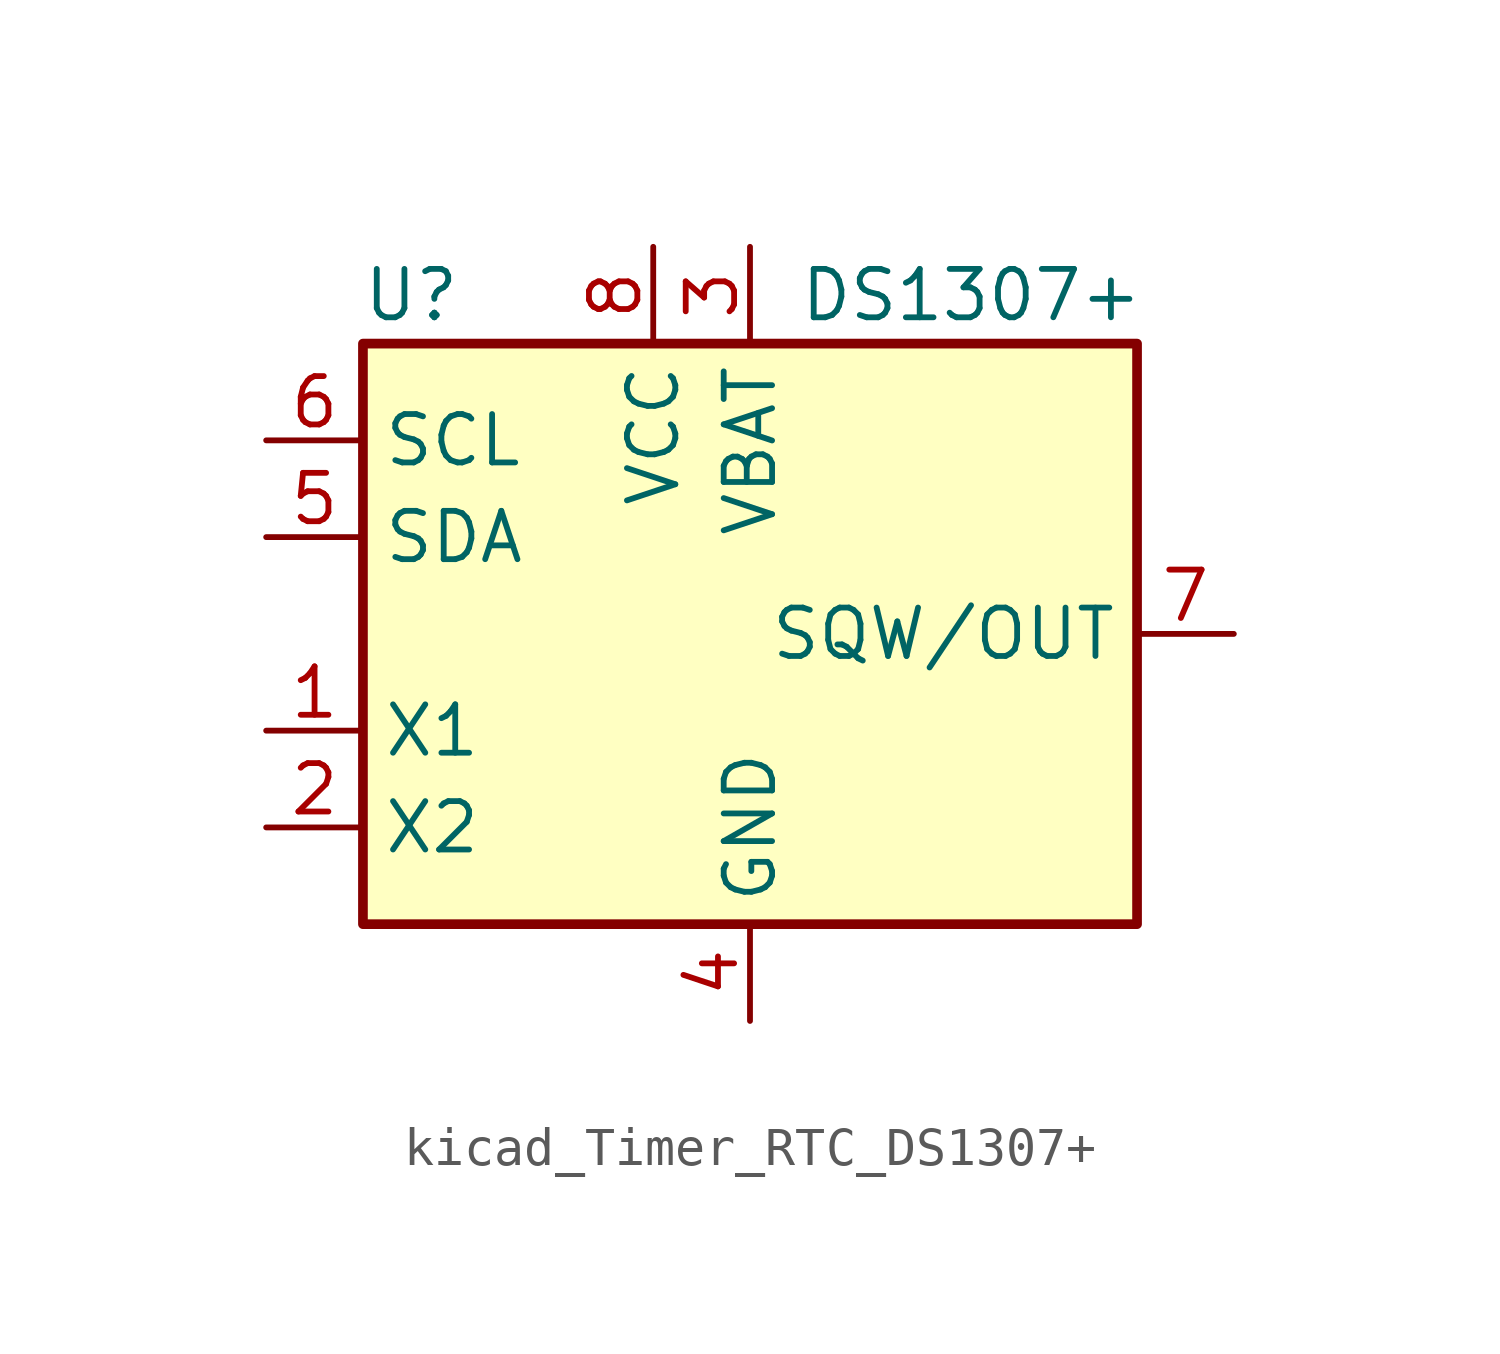
<source format=kicad_sym>
(kicad_symbol_lib
  (version 20220914)
  (generator kicad_symbol_editor)
  (symbol "kicad_Timer_RTC_DS1307+"
    (property "Reference" "U"
      (at -8.89 8.89 0)
      (effects (font (size 1.27 1.27))))
    (property "Value" "DS1307+"
      (at 1.27 8.89 0)
      (effects (font (size 1.27 1.27)) (justify left)))
    (symbol "kicad_Timer_RTC_DS1307+_0_1"
      (rectangle (start -10.16 7.62) (end 10.16 -7.62) (stroke (width 0.254) (type default)) (fill (type background))))
    (symbol "kicad_Timer_RTC_DS1307+_1_1"
      (pin input line (at -12.7 -2.54 0) (length 2.54) (name "X1" (effects (font (size 1.27 1.27)))) (number "1" (effects (font (size 1.27 1.27)))))
      (pin input line (at -12.7 -5.08 0) (length 2.54) (name "X2" (effects (font (size 1.27 1.27)))) (number "2" (effects (font (size 1.27 1.27)))))
      (pin power_in line (at 0 10.16 270) (length 2.54) (name "VBAT" (effects (font (size 1.27 1.27)))) (number "3" (effects (font (size 1.27 1.27)))))
      (pin power_in line (at 0 -10.16 90) (length 2.54) (name "GND" (effects (font (size 1.27 1.27)))) (number "4" (effects (font (size 1.27 1.27)))))
      (pin bidirectional line (at -12.7 2.54 0) (length 2.54) (name "SDA" (effects (font (size 1.27 1.27)))) (number "5" (effects (font (size 1.27 1.27)))))
      (pin input line (at -12.7 5.08 0) (length 2.54) (name "SCL" (effects (font (size 1.27 1.27)))) (number "6" (effects (font (size 1.27 1.27)))))
      (pin open_collector line (at 12.7 0 180) (length 2.54) (name "SQW/OUT" (effects (font (size 1.27 1.27)))) (number "7" (effects (font (size 1.27 1.27)))))
      (pin power_in line (at -2.54 10.16 270) (length 2.54) (name "VCC" (effects (font (size 1.27 1.27)))) (number "8" (effects (font (size 1.27 1.27))))))))
</source>
